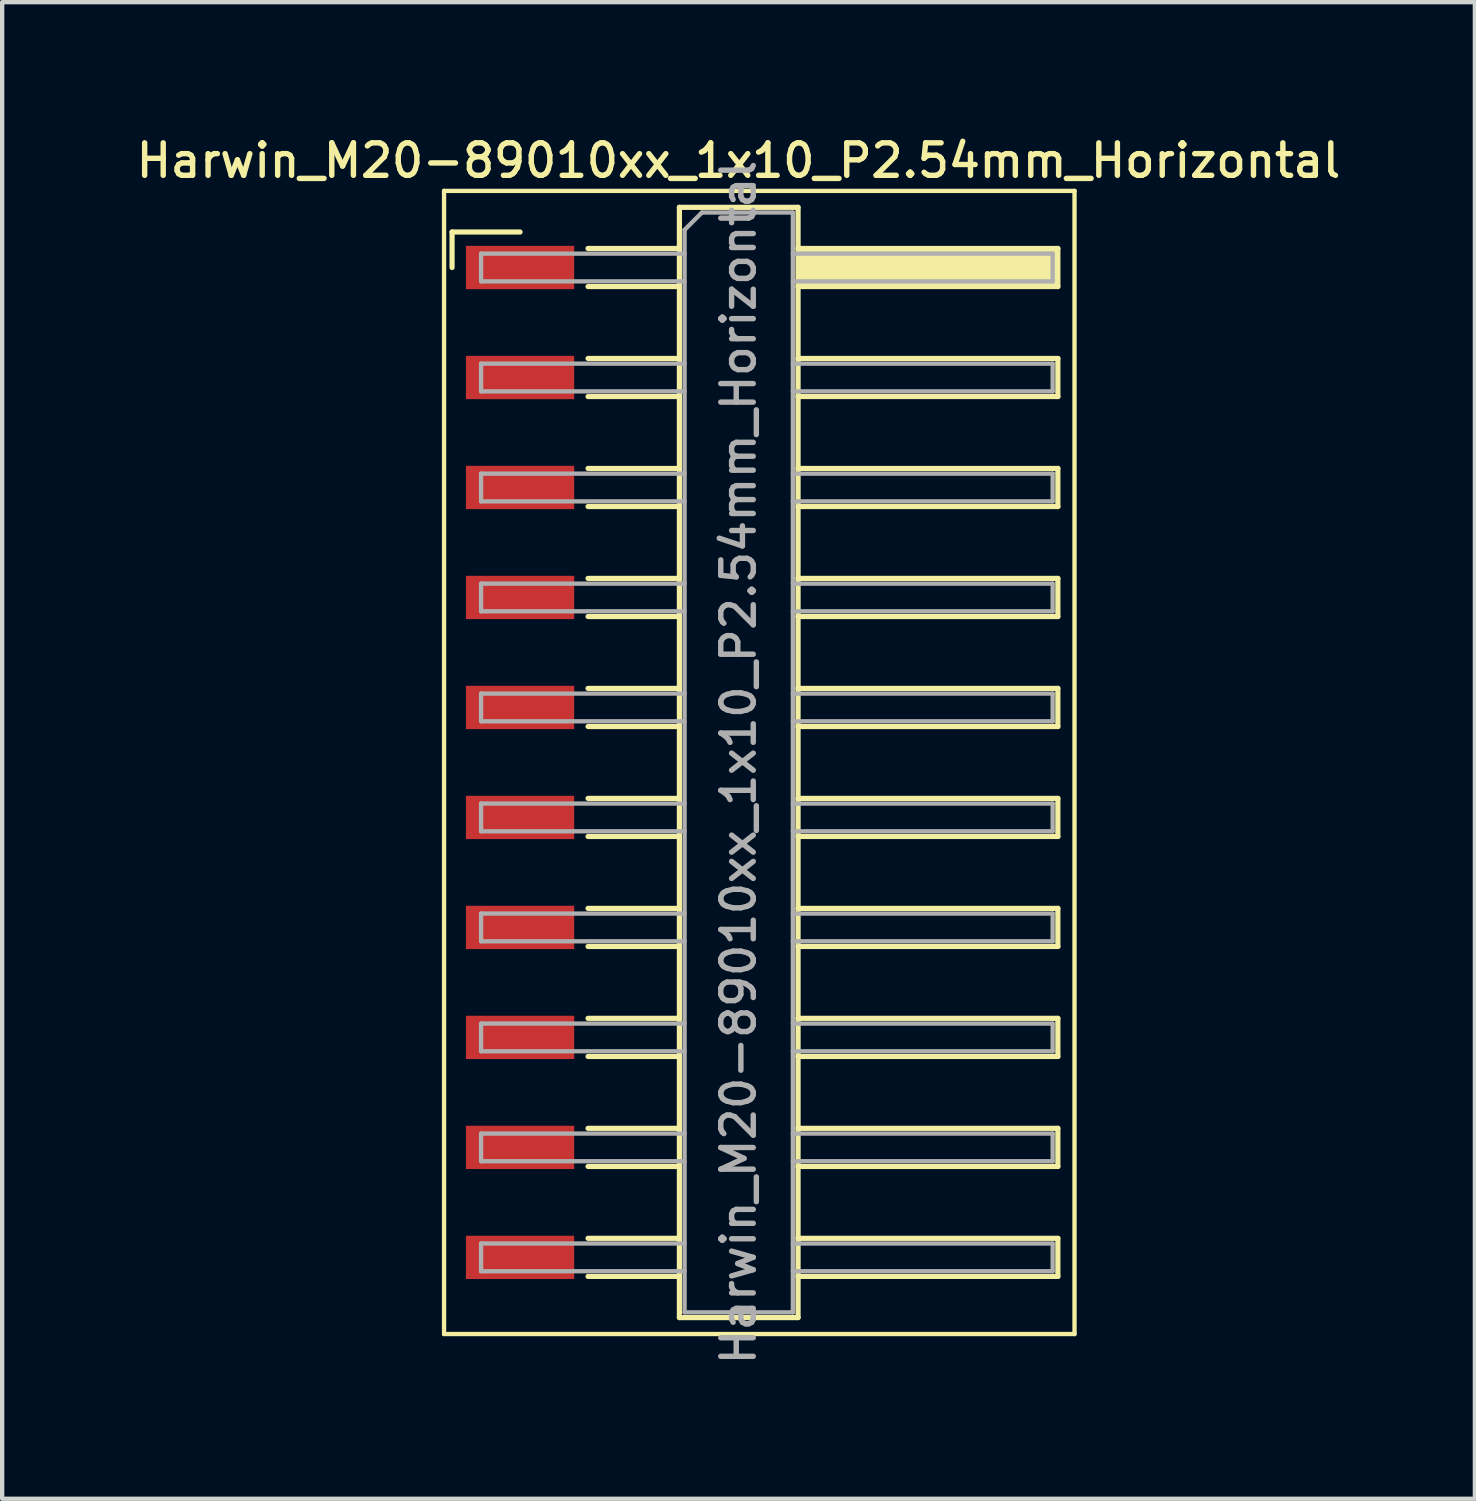
<source format=kicad_pcb>
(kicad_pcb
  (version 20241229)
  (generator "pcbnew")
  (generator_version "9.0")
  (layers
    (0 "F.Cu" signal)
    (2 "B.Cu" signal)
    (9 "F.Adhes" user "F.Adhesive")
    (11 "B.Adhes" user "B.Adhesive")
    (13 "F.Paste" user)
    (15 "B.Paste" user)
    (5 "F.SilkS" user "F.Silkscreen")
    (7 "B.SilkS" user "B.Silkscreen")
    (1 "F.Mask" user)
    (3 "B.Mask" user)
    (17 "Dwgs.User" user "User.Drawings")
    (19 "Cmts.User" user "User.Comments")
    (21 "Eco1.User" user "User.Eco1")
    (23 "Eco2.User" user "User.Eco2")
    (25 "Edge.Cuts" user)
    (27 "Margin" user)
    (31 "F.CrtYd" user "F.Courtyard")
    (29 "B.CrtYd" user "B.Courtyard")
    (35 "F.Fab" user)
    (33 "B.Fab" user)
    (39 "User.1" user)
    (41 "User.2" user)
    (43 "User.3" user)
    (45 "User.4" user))
  (footprint "Harwin_M20-89010xx_1x10_P2.54mm_Horizontal"
    (layer "F.Cu")
    (at 14.485 14.558)
    (property "Reference" "Harwin_M20-89010xx_1x10_P2.54mm_Horizontal" (at -0.48 -13.9 0) (layer "F.SilkS") (effects (font (size 0.75 0.75) (thickness 0.125))))
    (attr smd)
    (fp_line (start -7.28 -13.2) (end 7.28 -13.2) (stroke (width 0.1) (type solid)) (layer "F.SilkS"))
    (fp_line (start -7.28 13.2) (end -7.28 -13.2) (stroke (width 0.1) (type solid)) (layer "F.SilkS"))
    (fp_line (start -7.095 -12.25) (end -5.525 -12.25) (stroke (width 0.12) (type solid)) (layer "F.SilkS"))
    (fp_line (start -7.095 -11.43) (end -7.095 -12.25) (stroke (width 0.12) (type solid)) (layer "F.SilkS"))
    (fp_line (start -3.955 -11.87) (end -1.845 -11.87) (stroke (width 0.12) (type solid)) (layer "F.SilkS"))
    (fp_line (start -3.955 -10.99) (end -1.845 -10.99) (stroke (width 0.12) (type solid)) (layer "F.SilkS"))
    (fp_line (start -3.955 -9.33) (end -1.845 -9.33) (stroke (width 0.12) (type solid)) (layer "F.SilkS"))
    (fp_line (start -3.955 -8.45) (end -1.845 -8.45) (stroke (width 0.12) (type solid)) (layer "F.SilkS"))
    (fp_line (start -3.955 -6.79) (end -1.845 -6.79) (stroke (width 0.12) (type solid)) (layer "F.SilkS"))
    (fp_line (start -3.955 -5.91) (end -1.845 -5.91) (stroke (width 0.12) (type solid)) (layer "F.SilkS"))
    (fp_line (start -3.955 -4.25) (end -1.845 -4.25) (stroke (width 0.12) (type solid)) (layer "F.SilkS"))
    (fp_line (start -3.955 -3.37) (end -1.845 -3.37) (stroke (width 0.12) (type solid)) (layer "F.SilkS"))
    (fp_line (start -3.955 -1.71) (end -1.845 -1.71) (stroke (width 0.12) (type solid)) (layer "F.SilkS"))
    (fp_line (start -3.955 -0.83) (end -1.845 -0.83) (stroke (width 0.12) (type solid)) (layer "F.SilkS"))
    (fp_line (start -3.955 0.83) (end -1.845 0.83) (stroke (width 0.12) (type solid)) (layer "F.SilkS"))
    (fp_line (start -3.955 1.71) (end -1.845 1.71) (stroke (width 0.12) (type solid)) (layer "F.SilkS"))
    (fp_line (start -3.955 3.37) (end -1.845 3.37) (stroke (width 0.12) (type solid)) (layer "F.SilkS"))
    (fp_line (start -3.955 4.25) (end -1.845 4.25) (stroke (width 0.12) (type solid)) (layer "F.SilkS"))
    (fp_line (start -3.955 5.91) (end -1.845 5.91) (stroke (width 0.12) (type solid)) (layer "F.SilkS"))
    (fp_line (start -3.955 6.79) (end -1.845 6.79) (stroke (width 0.12) (type solid)) (layer "F.SilkS"))
    (fp_line (start -3.955 8.45) (end -1.845 8.45) (stroke (width 0.12) (type solid)) (layer "F.SilkS"))
    (fp_line (start -3.955 9.33) (end -1.845 9.33) (stroke (width 0.12) (type solid)) (layer "F.SilkS"))
    (fp_line (start -3.955 10.99) (end -1.845 10.99) (stroke (width 0.12) (type solid)) (layer "F.SilkS"))
    (fp_line (start -3.955 11.87) (end -1.845 11.87) (stroke (width 0.12) (type solid)) (layer "F.SilkS"))
    (fp_line (start -1.845 -12.82) (end 0.895 -12.82) (stroke (width 0.12) (type solid)) (layer "F.SilkS"))
    (fp_line (start -1.845 12.82) (end -1.845 -12.82) (stroke (width 0.12) (type solid)) (layer "F.SilkS"))
    (fp_line (start 0.895 -12.82) (end 0.895 12.82) (stroke (width 0.12) (type solid)) (layer "F.SilkS"))
    (fp_line (start 0.895 -11.87) (end 6.895 -11.87) (stroke (width 0.12) (type solid)) (layer "F.SilkS"))
    (fp_line (start 0.895 -9.33) (end 6.895 -9.33) (stroke (width 0.12) (type solid)) (layer "F.SilkS"))
    (fp_line (start 0.895 -6.79) (end 6.895 -6.79) (stroke (width 0.12) (type solid)) (layer "F.SilkS"))
    (fp_line (start 0.895 -4.25) (end 6.895 -4.25) (stroke (width 0.12) (type solid)) (layer "F.SilkS"))
    (fp_line (start 0.895 -1.71) (end 6.895 -1.71) (stroke (width 0.12) (type solid)) (layer "F.SilkS"))
    (fp_line (start 0.895 0.83) (end 6.895 0.83) (stroke (width 0.12) (type solid)) (layer "F.SilkS"))
    (fp_line (start 0.895 3.37) (end 6.895 3.37) (stroke (width 0.12) (type solid)) (layer "F.SilkS"))
    (fp_line (start 0.895 5.91) (end 6.895 5.91) (stroke (width 0.12) (type solid)) (layer "F.SilkS"))
    (fp_line (start 0.895 8.45) (end 6.895 8.45) (stroke (width 0.12) (type solid)) (layer "F.SilkS"))
    (fp_line (start 0.895 10.99) (end 6.895 10.99) (stroke (width 0.12) (type solid)) (layer "F.SilkS"))
    (fp_line (start 0.895 12.82) (end -1.845 12.82) (stroke (width 0.12) (type solid)) (layer "F.SilkS"))
    (fp_line (start 6.895 -11.87) (end 6.895 -10.99) (stroke (width 0.12) (type solid)) (layer "F.SilkS"))
    (fp_line (start 6.895 -10.99) (end 0.895 -10.99) (stroke (width 0.12) (type solid)) (layer "F.SilkS"))
    (fp_line (start 6.895 -9.33) (end 6.895 -8.45) (stroke (width 0.12) (type solid)) (layer "F.SilkS"))
    (fp_line (start 6.895 -8.45) (end 0.895 -8.45) (stroke (width 0.12) (type solid)) (layer "F.SilkS"))
    (fp_line (start 6.895 -6.79) (end 6.895 -5.91) (stroke (width 0.12) (type solid)) (layer "F.SilkS"))
    (fp_line (start 6.895 -5.91) (end 0.895 -5.91) (stroke (width 0.12) (type solid)) (layer "F.SilkS"))
    (fp_line (start 6.895 -4.25) (end 6.895 -3.37) (stroke (width 0.12) (type solid)) (layer "F.SilkS"))
    (fp_line (start 6.895 -3.37) (end 0.895 -3.37) (stroke (width 0.12) (type solid)) (layer "F.SilkS"))
    (fp_line (start 6.895 -1.71) (end 6.895 -0.83) (stroke (width 0.12) (type solid)) (layer "F.SilkS"))
    (fp_line (start 6.895 -0.83) (end 0.895 -0.83) (stroke (width 0.12) (type solid)) (layer "F.SilkS"))
    (fp_line (start 6.895 0.83) (end 6.895 1.71) (stroke (width 0.12) (type solid)) (layer "F.SilkS"))
    (fp_line (start 6.895 1.71) (end 0.895 1.71) (stroke (width 0.12) (type solid)) (layer "F.SilkS"))
    (fp_line (start 6.895 3.37) (end 6.895 4.25) (stroke (width 0.12) (type solid)) (layer "F.SilkS"))
    (fp_line (start 6.895 4.25) (end 0.895 4.25) (stroke (width 0.12) (type solid)) (layer "F.SilkS"))
    (fp_line (start 6.895 5.91) (end 6.895 6.79) (stroke (width 0.12) (type solid)) (layer "F.SilkS"))
    (fp_line (start 6.895 6.79) (end 0.895 6.79) (stroke (width 0.12) (type solid)) (layer "F.SilkS"))
    (fp_line (start 6.895 8.45) (end 6.895 9.33) (stroke (width 0.12) (type solid)) (layer "F.SilkS"))
    (fp_line (start 6.895 9.33) (end 0.895 9.33) (stroke (width 0.12) (type solid)) (layer "F.SilkS"))
    (fp_line (start 6.895 10.99) (end 6.895 11.87) (stroke (width 0.12) (type solid)) (layer "F.SilkS"))
    (fp_line (start 6.895 11.87) (end 0.895 11.87) (stroke (width 0.12) (type solid)) (layer "F.SilkS"))
    (fp_line (start 7.28 -13.2) (end 7.28 13.2) (stroke (width 0.1) (type solid)) (layer "F.SilkS"))
    (fp_line (start 7.28 13.2) (end -7.28 13.2) (stroke (width 0.1) (type solid)) (layer "F.SilkS"))
    (fp_line (start -6.425 -11.75) (end -6.425 -11.11) (stroke (width 0.1) (type solid)) (layer "F.Fab"))
    (fp_line (start -6.425 -11.11) (end -1.725 -11.11) (stroke (width 0.1) (type solid)) (layer "F.Fab"))
    (fp_line (start -6.425 -9.21) (end -6.425 -8.57) (stroke (width 0.1) (type solid)) (layer "F.Fab"))
    (fp_line (start -6.425 -8.57) (end -1.725 -8.57) (stroke (width 0.1) (type solid)) (layer "F.Fab"))
    (fp_line (start -6.425 -6.67) (end -6.425 -6.03) (stroke (width 0.1) (type solid)) (layer "F.Fab"))
    (fp_line (start -6.425 -6.03) (end -1.725 -6.03) (stroke (width 0.1) (type solid)) (layer "F.Fab"))
    (fp_line (start -6.425 -4.13) (end -6.425 -3.49) (stroke (width 0.1) (type solid)) (layer "F.Fab"))
    (fp_line (start -6.425 -3.49) (end -1.725 -3.49) (stroke (width 0.1) (type solid)) (layer "F.Fab"))
    (fp_line (start -6.425 -1.59) (end -6.425 -0.95) (stroke (width 0.1) (type solid)) (layer "F.Fab"))
    (fp_line (start -6.425 -0.95) (end -1.725 -0.95) (stroke (width 0.1) (type solid)) (layer "F.Fab"))
    (fp_line (start -6.425 0.95) (end -6.425 1.59) (stroke (width 0.1) (type solid)) (layer "F.Fab"))
    (fp_line (start -6.425 1.59) (end -1.725 1.59) (stroke (width 0.1) (type solid)) (layer "F.Fab"))
    (fp_line (start -6.425 3.49) (end -6.425 4.13) (stroke (width 0.1) (type solid)) (layer "F.Fab"))
    (fp_line (start -6.425 4.13) (end -1.725 4.13) (stroke (width 0.1) (type solid)) (layer "F.Fab"))
    (fp_line (start -6.425 6.03) (end -6.425 6.67) (stroke (width 0.1) (type solid)) (layer "F.Fab"))
    (fp_line (start -6.425 6.67) (end -1.725 6.67) (stroke (width 0.1) (type solid)) (layer "F.Fab"))
    (fp_line (start -6.425 8.57) (end -6.425 9.21) (stroke (width 0.1) (type solid)) (layer "F.Fab"))
    (fp_line (start -6.425 9.21) (end -1.725 9.21) (stroke (width 0.1) (type solid)) (layer "F.Fab"))
    (fp_line (start -6.425 11.11) (end -6.425 11.75) (stroke (width 0.1) (type solid)) (layer "F.Fab"))
    (fp_line (start -6.425 11.75) (end -1.725 11.75) (stroke (width 0.1) (type solid)) (layer "F.Fab"))
    (fp_line (start -1.725 -12.3) (end -1.325 -12.7) (stroke (width 0.1) (type solid)) (layer "F.Fab"))
    (fp_line (start -1.725 -11.75) (end -6.425 -11.75) (stroke (width 0.1) (type solid)) (layer "F.Fab"))
    (fp_line (start -1.725 -9.21) (end -6.425 -9.21) (stroke (width 0.1) (type solid)) (layer "F.Fab"))
    (fp_line (start -1.725 -6.67) (end -6.425 -6.67) (stroke (width 0.1) (type solid)) (layer "F.Fab"))
    (fp_line (start -1.725 -4.13) (end -6.425 -4.13) (stroke (width 0.1) (type solid)) (layer "F.Fab"))
    (fp_line (start -1.725 -1.59) (end -6.425 -1.59) (stroke (width 0.1) (type solid)) (layer "F.Fab"))
    (fp_line (start -1.725 0.95) (end -6.425 0.95) (stroke (width 0.1) (type solid)) (layer "F.Fab"))
    (fp_line (start -1.725 3.49) (end -6.425 3.49) (stroke (width 0.1) (type solid)) (layer "F.Fab"))
    (fp_line (start -1.725 6.03) (end -6.425 6.03) (stroke (width 0.1) (type solid)) (layer "F.Fab"))
    (fp_line (start -1.725 8.57) (end -6.425 8.57) (stroke (width 0.1) (type solid)) (layer "F.Fab"))
    (fp_line (start -1.725 11.11) (end -6.425 11.11) (stroke (width 0.1) (type solid)) (layer "F.Fab"))
    (fp_line (start -1.725 12.7) (end -1.725 -12.3) (stroke (width 0.1) (type solid)) (layer "F.Fab"))
    (fp_line (start -1.325 -12.7) (end 0.775 -12.7) (stroke (width 0.1) (type solid)) (layer "F.Fab"))
    (fp_line (start 0.775 -12.7) (end 0.775 12.7) (stroke (width 0.1) (type solid)) (layer "F.Fab"))
    (fp_line (start 0.775 -11.75) (end 6.775 -11.75) (stroke (width 0.1) (type solid)) (layer "F.Fab"))
    (fp_line (start 0.775 -9.21) (end 6.775 -9.21) (stroke (width 0.1) (type solid)) (layer "F.Fab"))
    (fp_line (start 0.775 -6.67) (end 6.775 -6.67) (stroke (width 0.1) (type solid)) (layer "F.Fab"))
    (fp_line (start 0.775 -4.13) (end 6.775 -4.13) (stroke (width 0.1) (type solid)) (layer "F.Fab"))
    (fp_line (start 0.775 -1.59) (end 6.775 -1.59) (stroke (width 0.1) (type solid)) (layer "F.Fab"))
    (fp_line (start 0.775 0.95) (end 6.775 0.95) (stroke (width 0.1) (type solid)) (layer "F.Fab"))
    (fp_line (start 0.775 3.49) (end 6.775 3.49) (stroke (width 0.1) (type solid)) (layer "F.Fab"))
    (fp_line (start 0.775 6.03) (end 6.775 6.03) (stroke (width 0.1) (type solid)) (layer "F.Fab"))
    (fp_line (start 0.775 8.57) (end 6.775 8.57) (stroke (width 0.1) (type solid)) (layer "F.Fab"))
    (fp_line (start 0.775 11.11) (end 6.775 11.11) (stroke (width 0.1) (type solid)) (layer "F.Fab"))
    (fp_line (start 0.775 12.7) (end -1.725 12.7) (stroke (width 0.1) (type solid)) (layer "F.Fab"))
    (fp_line (start 6.775 -11.75) (end 6.775 -11.11) (stroke (width 0.1) (type solid)) (layer "F.Fab"))
    (fp_line (start 6.775 -11.11) (end 0.775 -11.11) (stroke (width 0.1) (type solid)) (layer "F.Fab"))
    (fp_line (start 6.775 -9.21) (end 6.775 -8.57) (stroke (width 0.1) (type solid)) (layer "F.Fab"))
    (fp_line (start 6.775 -8.57) (end 0.775 -8.57) (stroke (width 0.1) (type solid)) (layer "F.Fab"))
    (fp_line (start 6.775 -6.67) (end 6.775 -6.03) (stroke (width 0.1) (type solid)) (layer "F.Fab"))
    (fp_line (start 6.775 -6.03) (end 0.775 -6.03) (stroke (width 0.1) (type solid)) (layer "F.Fab"))
    (fp_line (start 6.775 -4.13) (end 6.775 -3.49) (stroke (width 0.1) (type solid)) (layer "F.Fab"))
    (fp_line (start 6.775 -3.49) (end 0.775 -3.49) (stroke (width 0.1) (type solid)) (layer "F.Fab"))
    (fp_line (start 6.775 -1.59) (end 6.775 -0.95) (stroke (width 0.1) (type solid)) (layer "F.Fab"))
    (fp_line (start 6.775 -0.95) (end 0.775 -0.95) (stroke (width 0.1) (type solid)) (layer "F.Fab"))
    (fp_line (start 6.775 0.95) (end 6.775 1.59) (stroke (width 0.1) (type solid)) (layer "F.Fab"))
    (fp_line (start 6.775 1.59) (end 0.775 1.59) (stroke (width 0.1) (type solid)) (layer "F.Fab"))
    (fp_line (start 6.775 3.49) (end 6.775 4.13) (stroke (width 0.1) (type solid)) (layer "F.Fab"))
    (fp_line (start 6.775 4.13) (end 0.775 4.13) (stroke (width 0.1) (type solid)) (layer "F.Fab"))
    (fp_line (start 6.775 6.03) (end 6.775 6.67) (stroke (width 0.1) (type solid)) (layer "F.Fab"))
    (fp_line (start 6.775 6.67) (end 0.775 6.67) (stroke (width 0.1) (type solid)) (layer "F.Fab"))
    (fp_line (start 6.775 8.57) (end 6.775 9.21) (stroke (width 0.1) (type solid)) (layer "F.Fab"))
    (fp_line (start 6.775 9.21) (end 0.775 9.21) (stroke (width 0.1) (type solid)) (layer "F.Fab"))
    (fp_line (start 6.775 11.11) (end 6.775 11.75) (stroke (width 0.1) (type solid)) (layer "F.Fab"))
    (fp_line (start 6.775 11.75) (end 0.775 11.75) (stroke (width 0.1) (type solid)) (layer "F.Fab"))
    (fp_text user "${REFERENCE}" (at -0.48 0 90) (layer "F.Fab") (effects (font (size 0.75 0.75) (thickness 0.125))))
    (pad "" smd rect (at 3.895 -11.43) (size 6 0.76) (layers "F.SilkS"))
    (pad "1" smd rect (at -5.525 -11.43) (size 2.5 1) (layers "F.Cu" "F.Mask" "F.Paste"))
    (pad "2" smd rect (at -5.525 -8.89) (size 2.5 1) (layers "F.Cu" "F.Mask" "F.Paste"))
    (pad "3" smd rect (at -5.525 -6.35) (size 2.5 1) (layers "F.Cu" "F.Mask" "F.Paste"))
    (pad "4" smd rect (at -5.525 -3.81) (size 2.5 1) (layers "F.Cu" "F.Mask" "F.Paste"))
    (pad "5" smd rect (at -5.525 -1.27) (size 2.5 1) (layers "F.Cu" "F.Mask" "F.Paste"))
    (pad "6" smd rect (at -5.525 1.27) (size 2.5 1) (layers "F.Cu" "F.Mask" "F.Paste"))
    (pad "7" smd rect (at -5.525 3.81) (size 2.5 1) (layers "F.Cu" "F.Mask" "F.Paste"))
    (pad "8" smd rect (at -5.525 6.35) (size 2.5 1) (layers "F.Cu" "F.Mask" "F.Paste"))
    (pad "9" smd rect (at -5.525 8.89) (size 2.5 1) (layers "F.Cu" "F.Mask" "F.Paste"))
    (pad "10" smd rect (at -5.525 11.43) (size 2.5 1) (layers "F.Cu" "F.Mask" "F.Paste")))
  (gr_rect
    (start -3 -3)
    (end 31.011 31.563)
    (stroke (width 0.1) (type default))
    (fill no)
    (layer "Edge.Cuts")))
</source>
